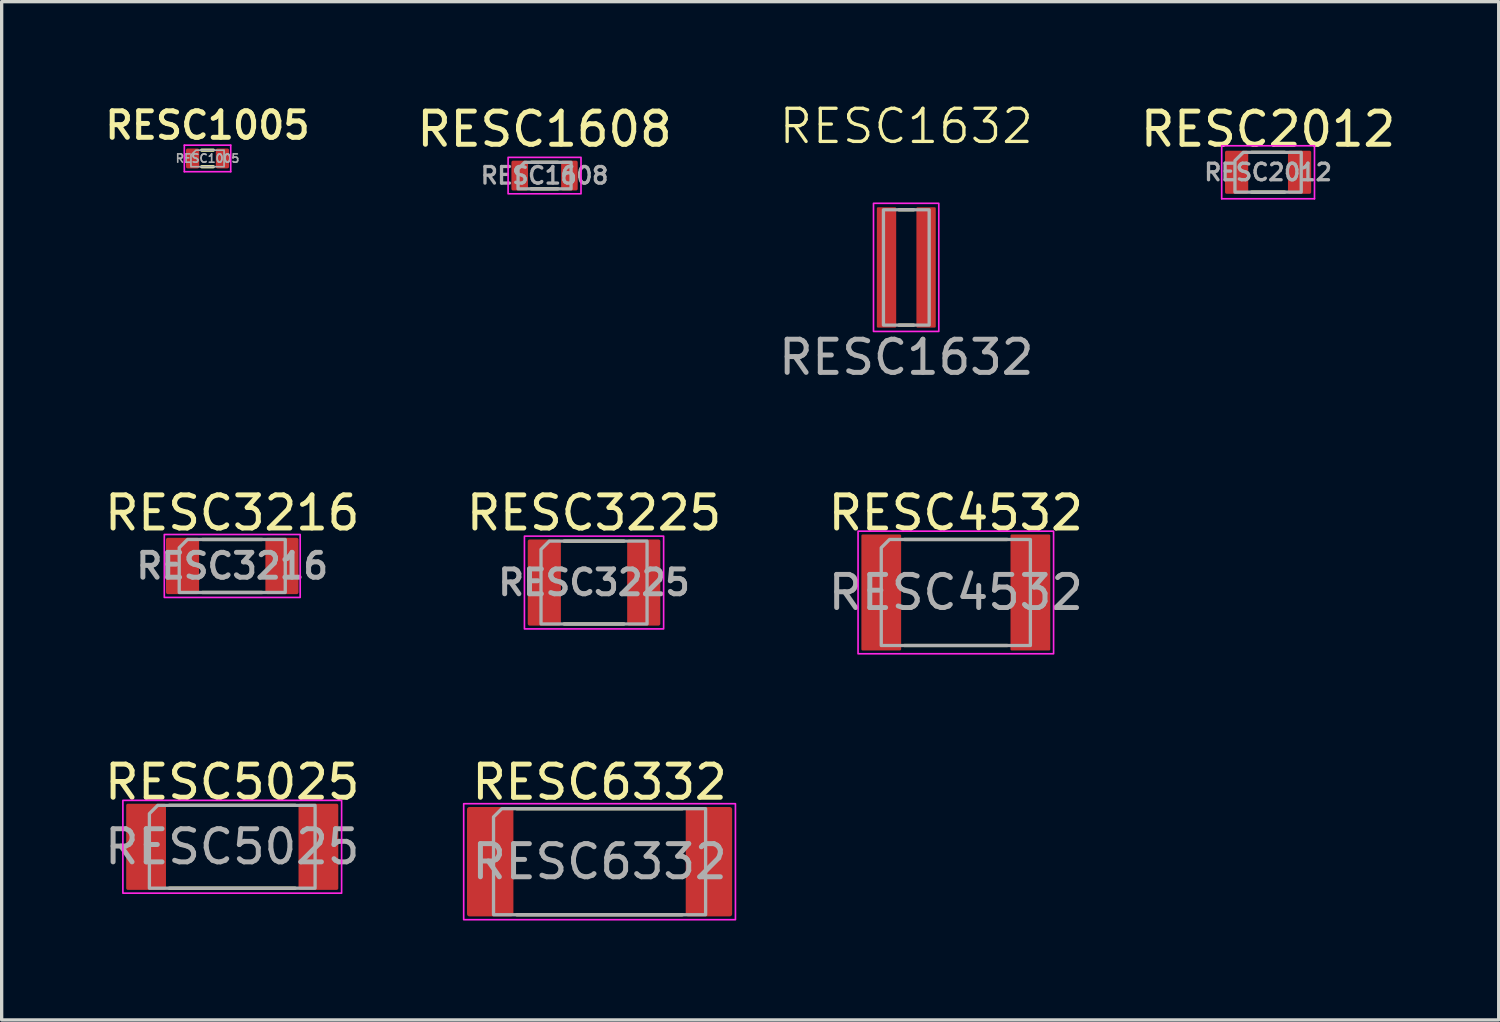
<source format=kicad_pcb>
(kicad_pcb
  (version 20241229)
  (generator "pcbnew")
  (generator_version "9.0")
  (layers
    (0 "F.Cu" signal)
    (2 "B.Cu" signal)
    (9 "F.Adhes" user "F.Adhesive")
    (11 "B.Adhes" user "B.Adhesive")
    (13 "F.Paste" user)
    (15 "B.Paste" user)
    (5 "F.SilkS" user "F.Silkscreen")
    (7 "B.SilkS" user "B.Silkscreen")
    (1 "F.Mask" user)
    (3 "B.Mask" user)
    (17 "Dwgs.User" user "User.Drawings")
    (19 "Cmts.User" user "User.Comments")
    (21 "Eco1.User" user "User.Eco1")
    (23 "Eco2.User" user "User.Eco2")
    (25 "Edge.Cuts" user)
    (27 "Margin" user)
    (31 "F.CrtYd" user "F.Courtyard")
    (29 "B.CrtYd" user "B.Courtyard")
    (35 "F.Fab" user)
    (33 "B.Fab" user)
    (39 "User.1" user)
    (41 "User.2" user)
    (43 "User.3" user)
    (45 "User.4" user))
  (footprint "RESC1005"
    (layer "F.Cu")
    (at 3.212 1.731)
    (property "Reference" "RESC1005" (at 0 -1 0) (layer "F.SilkS") (effects (font (size 0.8 0.8) (thickness 0.15))))
    (attr smd)
    (fp_line (start -0.175 0.25) (end 0.175 0.25) (stroke (width 0.1) (type solid)) (layer "F.SilkS"))
    (fp_line (start 0.175 -0.25) (end -0.175 -0.25) (stroke (width 0.1) (type solid)) (layer "F.SilkS"))
    (fp_line (start -0.7 -0.4) (end -0.7 0.4) (stroke (width 0.05) (type solid)) (layer "F.CrtYd"))
    (fp_line (start -0.7 -0.4) (end 0.7 -0.4) (stroke (width 0.05) (type solid)) (layer "F.CrtYd"))
    (fp_line (start 0.7 0.4) (end -0.7 0.4) (stroke (width 0.05) (type solid)) (layer "F.CrtYd"))
    (fp_line (start 0.7 0.4) (end 0.7 -0.4) (stroke (width 0.05) (type solid)) (layer "F.CrtYd"))
    (fp_poly (pts (xy 0.5 -0.25) (xy 0.5 0.25) (xy -0.5 0.25) (xy -0.5 -0.1) (xy -0.35 -0.25)) (stroke (width 0.05) (type solid)) (fill no) (layer "F.Fab"))
    (fp_text user "${REFERENCE}" (at 0 0 0) (layer "F.Fab") (effects (font (size 0.25 0.25) (thickness 0.05))))
    (pad "1" smd roundrect (at -0.45 0) (size 0.4 0.6) (layers "F.Cu" "F.Mask" "F.Paste") (roundrect_rratio 0.125))
    (pad "2" smd roundrect (at 0.45 0) (size 0.4 0.6) (layers "F.Cu" "F.Mask" "F.Paste") (roundrect_rratio 0.125)))
  (footprint "RESC6332"
    (layer "F.Cu")
    (at 15.042 22.952)
    (property "Reference" "RESC6332" (at 0 -2.4 0) (layer "F.SilkS") (effects (font (size 1 1) (thickness 0.15))))
    (attr smd)
    (fp_line (start -2.5 -1.6) (end 2.5 -1.6) (stroke (width 0.1) (type solid)) (layer "F.SilkS"))
    (fp_line (start 2.5 1.6) (end -2.5 1.6) (stroke (width 0.1) (type solid)) (layer "F.SilkS"))
    (fp_rect (start -4.1 -1.75) (end 4.1 1.75) (stroke (width 0.05) (type default)) (fill no) (layer "F.CrtYd"))
    (fp_poly (pts (xy 3.2 -1.6) (xy 3.2 1.6) (xy -3.2 1.6) (xy -3.2 -1.35) (xy -2.95 -1.6)) (stroke (width 0.1) (type solid)) (fill no) (layer "F.Fab"))
    (fp_text user "${REFERENCE}" (at 0 0 0) (layer "F.Fab") (effects (font (size 1 1) (thickness 0.15))))
    (pad "" smd roundrect (at -3.3 -0.925 180) (size 1.4 1.35) (layers "F.Paste") (roundrect_rratio 0.042))
    (pad "" smd roundrect (at -3.3 0.925 180) (size 1.4 1.35) (layers "F.Paste") (roundrect_rratio 0.042))
    (pad "" smd roundrect (at 3.3 -0.925 180) (size 1.4 1.35) (layers "F.Paste") (roundrect_rratio 0.042))
    (pad "" smd roundrect (at 3.3 0.925 180) (size 1.4 1.35) (layers "F.Paste") (roundrect_rratio 0.042))
    (pad "1" smd roundrect (at -3.3 0) (size 1.4 3.3) (layers "F.Cu" "F.Mask") (roundrect_rratio 0.05))
    (pad "2" smd roundrect (at 3.3 0) (size 1.4 3.3) (layers "F.Cu" "F.Mask") (roundrect_rratio 0.05)))
  (footprint "RESC3216"
    (layer "F.Cu")
    (at 3.958 14.028)
    (property "Reference" "RESC3216" (at 0 -1.6 0) (layer "F.SilkS") (effects (font (size 1 1) (thickness 0.15))))
    (attr smd)
    (fp_line (start -0.9 -0.8) (end 0.9 -0.8) (stroke (width 0.1) (type solid)) (layer "F.SilkS"))
    (fp_line (start 0.9 0.8) (end -0.9 0.8) (stroke (width 0.1) (type solid)) (layer "F.SilkS"))
    (fp_rect (start 2.05 -0.95) (end -2.05 0.95) (stroke (width 0.05) (type default)) (fill no) (layer "F.CrtYd"))
    (fp_poly (pts (xy 1.6 -0.8) (xy 1.6 0.8) (xy -1.6 0.8) (xy -1.6 -0.55) (xy -1.35 -0.8)) (stroke (width 0.1) (type solid)) (fill no) (layer "F.Fab"))
    (fp_text user "${REFERENCE}" (at 0 0 0) (layer "F.Fab") (effects (font (size 0.75 0.75) (thickness 0.15))))
    (pad "1" smd roundrect (at -1.5 0) (size 1 1.7) (layers "F.Cu" "F.Mask" "F.Paste") (roundrect_rratio 0.056))
    (pad "2" smd roundrect (at 1.5 0) (size 1 1.7) (layers "F.Cu" "F.Mask" "F.Paste") (roundrect_rratio 0.056)))
  (footprint "RESC3225"
    (layer "F.Cu")
    (at 14.875 14.528)
    (property "Reference" "RESC3225" (at 0 -2.1 0) (layer "F.SilkS") (effects (font (size 1 1) (thickness 0.15))))
    (attr smd)
    (fp_line (start -0.9 -1.25) (end 0.9 -1.25) (stroke (width 0.1) (type solid)) (layer "F.SilkS"))
    (fp_line (start 0.9 1.25) (end -0.9 1.25) (stroke (width 0.1) (type solid)) (layer "F.SilkS"))
    (fp_rect (start -2.1 -1.4) (end 2.1 1.4) (stroke (width 0.05) (type default)) (fill no) (layer "F.CrtYd"))
    (fp_poly (pts (xy 1.6 -1.25) (xy 1.6 1.25) (xy -1.6 1.25) (xy -1.6 -1) (xy -1.35 -1.25)) (stroke (width 0.1) (type solid)) (fill no) (layer "F.Fab"))
    (fp_text user "${REFERENCE}" (at 0 0 0) (layer "F.Fab") (effects (font (size 0.75 0.75) (thickness 0.15))))
    (pad "" smd roundrect (at -1.5 -0.75 180) (size 1 1) (layers "F.Paste") (roundrect_rratio 0.056))
    (pad "" smd roundrect (at -1.5 0.75 180) (size 1 1) (layers "F.Paste") (roundrect_rratio 0.056))
    (pad "" smd roundrect (at 1.5 -0.75 180) (size 1 1) (layers "F.Paste") (roundrect_rratio 0.056))
    (pad "" smd roundrect (at 1.5 0.75 180) (size 1 1) (layers "F.Paste") (roundrect_rratio 0.056))
    (pad "1" smd roundrect (at -1.5 0) (size 1 2.6) (layers "F.Cu" "F.Mask") (roundrect_rratio 0.056))
    (pad "2" smd roundrect (at 1.5 0) (size 1 2.6) (layers "F.Cu" "F.Mask") (roundrect_rratio 0.056)))
  (footprint "RESC4532"
    (layer "F.Cu")
    (at 25.792 14.828)
    (property "Reference" "RESC4532" (at 0 -2.4 0) (layer "F.SilkS") (effects (font (size 1 1) (thickness 0.15))))
    (attr smd)
    (fp_line (start -1.55 -1.6) (end 1.55 -1.6) (stroke (width 0.1) (type solid)) (layer "F.SilkS"))
    (fp_line (start -1.55 1.6) (end 1.55 1.6) (stroke (width 0.1) (type solid)) (layer "F.SilkS"))
    (fp_rect (start -2.95 -1.85) (end 2.95 1.85) (stroke (width 0.05) (type default)) (fill no) (layer "F.CrtYd"))
    (fp_poly (pts (xy 2.25 -1.6) (xy 2.25 1.6) (xy -2.25 1.6) (xy -2.25 -1.35) (xy -2 -1.6)) (stroke (width 0.1) (type solid)) (fill no) (layer "F.Fab"))
    (fp_text user "${REFERENCE}" (at 0 0 0) (layer "F.Fab") (effects (font (size 1 1) (thickness 0.15))))
    (pad "" smd roundrect (at -2.25 -1 180) (size 1.2 1.5) (layers "F.Paste") (roundrect_rratio 0.042))
    (pad "" smd roundrect (at -2.25 1 180) (size 1.2 1.5) (layers "F.Paste") (roundrect_rratio 0.042))
    (pad "" smd roundrect (at 2.25 -1 180) (size 1.2 1.5) (layers "F.Paste") (roundrect_rratio 0.042))
    (pad "" smd roundrect (at 2.25 1 180) (size 1.2 1.5) (layers "F.Paste") (roundrect_rratio 0.042))
    (pad "1" smd roundrect (at -2.25 0) (size 1.2 3.5) (layers "F.Cu" "F.Mask") (roundrect_rratio 0.031))
    (pad "2" smd roundrect (at 2.25 0) (size 1.2 3.5) (layers "F.Cu" "F.Mask") (roundrect_rratio 0.031)))
  (footprint "RESC2012"
    (layer "F.Cu")
    (at 35.215 2.148)
    (property "Reference" "RESC2012" (at 0 -1.3 0) (layer "F.SilkS") (effects (font (size 1 1) (thickness 0.15))))
    (attr smd)
    (fp_line (start -0.5 -0.6) (end 0.5 -0.6) (stroke (width 0.1) (type solid)) (layer "F.SilkS"))
    (fp_line (start 0.5 0.6) (end -0.5 0.6) (stroke (width 0.1) (type solid)) (layer "F.SilkS"))
    (fp_line (start -1.4 -0.8) (end -1.4 0.8) (stroke (width 0.05) (type solid)) (layer "F.CrtYd"))
    (fp_line (start -1.4 -0.8) (end 1.4 -0.8) (stroke (width 0.05) (type solid)) (layer "F.CrtYd"))
    (fp_line (start 1.4 0.8) (end -1.4 0.8) (stroke (width 0.05) (type solid)) (layer "F.CrtYd"))
    (fp_line (start 1.4 0.8) (end 1.4 -0.8) (stroke (width 0.05) (type solid)) (layer "F.CrtYd"))
    (fp_poly (pts (xy 1 -0.6) (xy 1 0.6) (xy -1 0.6) (xy -1 -0.35) (xy -0.75 -0.6)) (stroke (width 0.1) (type solid)) (fill no) (layer "F.Fab"))
    (fp_text user "${REFERENCE}" (at 0 0 0) (layer "F.Fab") (effects (font (size 0.5 0.5) (thickness 0.1))))
    (pad "1" smd roundrect (at -0.95 0) (size 0.7 1.3) (layers "F.Cu" "F.Mask" "F.Paste") (roundrect_rratio 0.071))
    (pad "2" smd roundrect (at 0.95 0) (size 0.7 1.3) (layers "F.Cu" "F.Mask" "F.Paste") (roundrect_rratio 0.071)))
  (footprint "RESC5025"
    (layer "F.Cu")
    (at 3.958 22.502)
    (property "Reference" "RESC5025" (at 0 -1.95 0) (layer "F.SilkS") (effects (font (size 1 1) (thickness 0.15))))
    (attr smd)
    (fp_line (start -1.9 -1.25) (end 1.9 -1.25) (stroke (width 0.1) (type solid)) (layer "F.SilkS"))
    (fp_line (start 1.9 1.25) (end -1.9 1.25) (stroke (width 0.1) (type solid)) (layer "F.SilkS"))
    (fp_rect (start -3.3 -1.4) (end 3.3 1.4) (stroke (width 0.05) (type default)) (fill no) (layer "F.CrtYd"))
    (fp_poly (pts (xy 2.5 -1.25) (xy 2.5 1.25) (xy -2.5 1.25) (xy -2.5 -1) (xy -2.25 -1.25)) (stroke (width 0.1) (type solid)) (fill no) (layer "F.Fab"))
    (fp_text user "${REFERENCE}" (at 0 0 0) (layer "F.Fab") (effects (font (size 1 1) (thickness 0.15))))
    (pad "" smd roundrect (at -2.6 -0.75 180) (size 1.2 1.1) (layers "F.Paste") (roundrect_rratio 0.042))
    (pad "" smd roundrect (at -2.6 0.75 180) (size 1.2 1.1) (layers "F.Paste") (roundrect_rratio 0.042))
    (pad "" smd roundrect (at 2.6 -0.75 180) (size 1.2 1.1) (layers "F.Paste") (roundrect_rratio 0.042))
    (pad "" smd roundrect (at 2.6 0.75 180) (size 1.2 1.1) (layers "F.Paste") (roundrect_rratio 0.042))
    (pad "1" smd roundrect (at -2.6 0) (size 1.2 2.6) (layers "F.Cu" "F.Mask") (roundrect_rratio 0.042))
    (pad "2" smd roundrect (at 2.6 0) (size 1.2 2.6) (layers "F.Cu" "F.Mask") (roundrect_rratio 0.042)))
  (footprint "RESC1608"
    (layer "F.Cu")
    (at 13.382 2.248)
    (property "Reference" "RESC1608" (at 0 -1.4 0) (layer "F.SilkS") (effects (font (size 1 1) (thickness 0.15))))
    (attr smd)
    (fp_line (start -0.4 -0.4) (end 0.4 -0.4) (stroke (width 0.1) (type solid)) (layer "F.SilkS"))
    (fp_line (start 0.4 0.4) (end -0.4 0.4) (stroke (width 0.1) (type solid)) (layer "F.SilkS"))
    (fp_rect (start 1.1 -0.55) (end -1.1 0.55) (stroke (width 0.05) (type default)) (fill no) (layer "F.CrtYd"))
    (fp_poly (pts (xy 0.8 -0.4) (xy 0.8 0.4) (xy -0.8 0.4) (xy -0.8 -0.2) (xy -0.6 -0.4)) (stroke (width 0.1) (type solid)) (fill no) (layer "F.Fab"))
    (fp_text user "${REFERENCE}" (at 0 0 0) (layer "F.Fab") (effects (font (size 0.5 0.5) (thickness 0.1))))
    (pad "1" smd roundrect (at -0.75 0) (size 0.5 0.9) (layers "F.Cu" "F.Mask" "F.Paste") (roundrect_rratio 0.1))
    (pad "2" smd roundrect (at 0.75 0) (size 0.5 0.9) (layers "F.Cu" "F.Mask" "F.Paste") (roundrect_rratio 0.1)))
  (footprint "RESC1632"
    (layer "F.Cu")
    (at 24.298 5.16)
    (property "Reference" "RESC1632" (at 0 -4.4 0) (unlocked yes) (layer "F.SilkS") (effects (font (size 1 1) (thickness 0.1))))
    (attr smd)
    (fp_line (start -0.22 -1.88) (end 0.22 -1.88) (stroke (width 0.1) (type default)) (layer "F.SilkS"))
    (fp_line (start -0.22 1.6) (end 0.22 1.6) (stroke (width 0.1) (type default)) (layer "F.SilkS"))
    (fp_rect (start -0.99 -2.075) (end 0.98 1.791) (stroke (width 0.05) (type default)) (fill no) (layer "F.CrtYd"))
    (fp_rect (start -0.69 -1.88) (end 0.69 1.6) (stroke (width 0.1) (type default)) (fill no) (layer "F.Fab"))
    (fp_text user "${REFERENCE}" (at 0 2.571 0) (unlocked yes) (layer "F.Fab") (effects (font (size 1 1) (thickness 0.15))))
    (pad "1" smd roundrect (at -0.597 -0.14 90) (size 3.632 0.584) (layers "F.Cu" "F.Mask" "F.Paste") (roundrect_rratio 0.056))
    (pad "2" smd roundrect (at 0.597 -0.14 90) (size 3.632 0.584) (layers "F.Cu" "F.Mask" "F.Paste") (roundrect_rratio 0.056)))
  (gr_rect
    (start -3 -3)
    (end 42.173 27.727)
    (stroke (width 0.1) (type default))
    (fill no)
    (layer "Edge.Cuts")))
</source>
